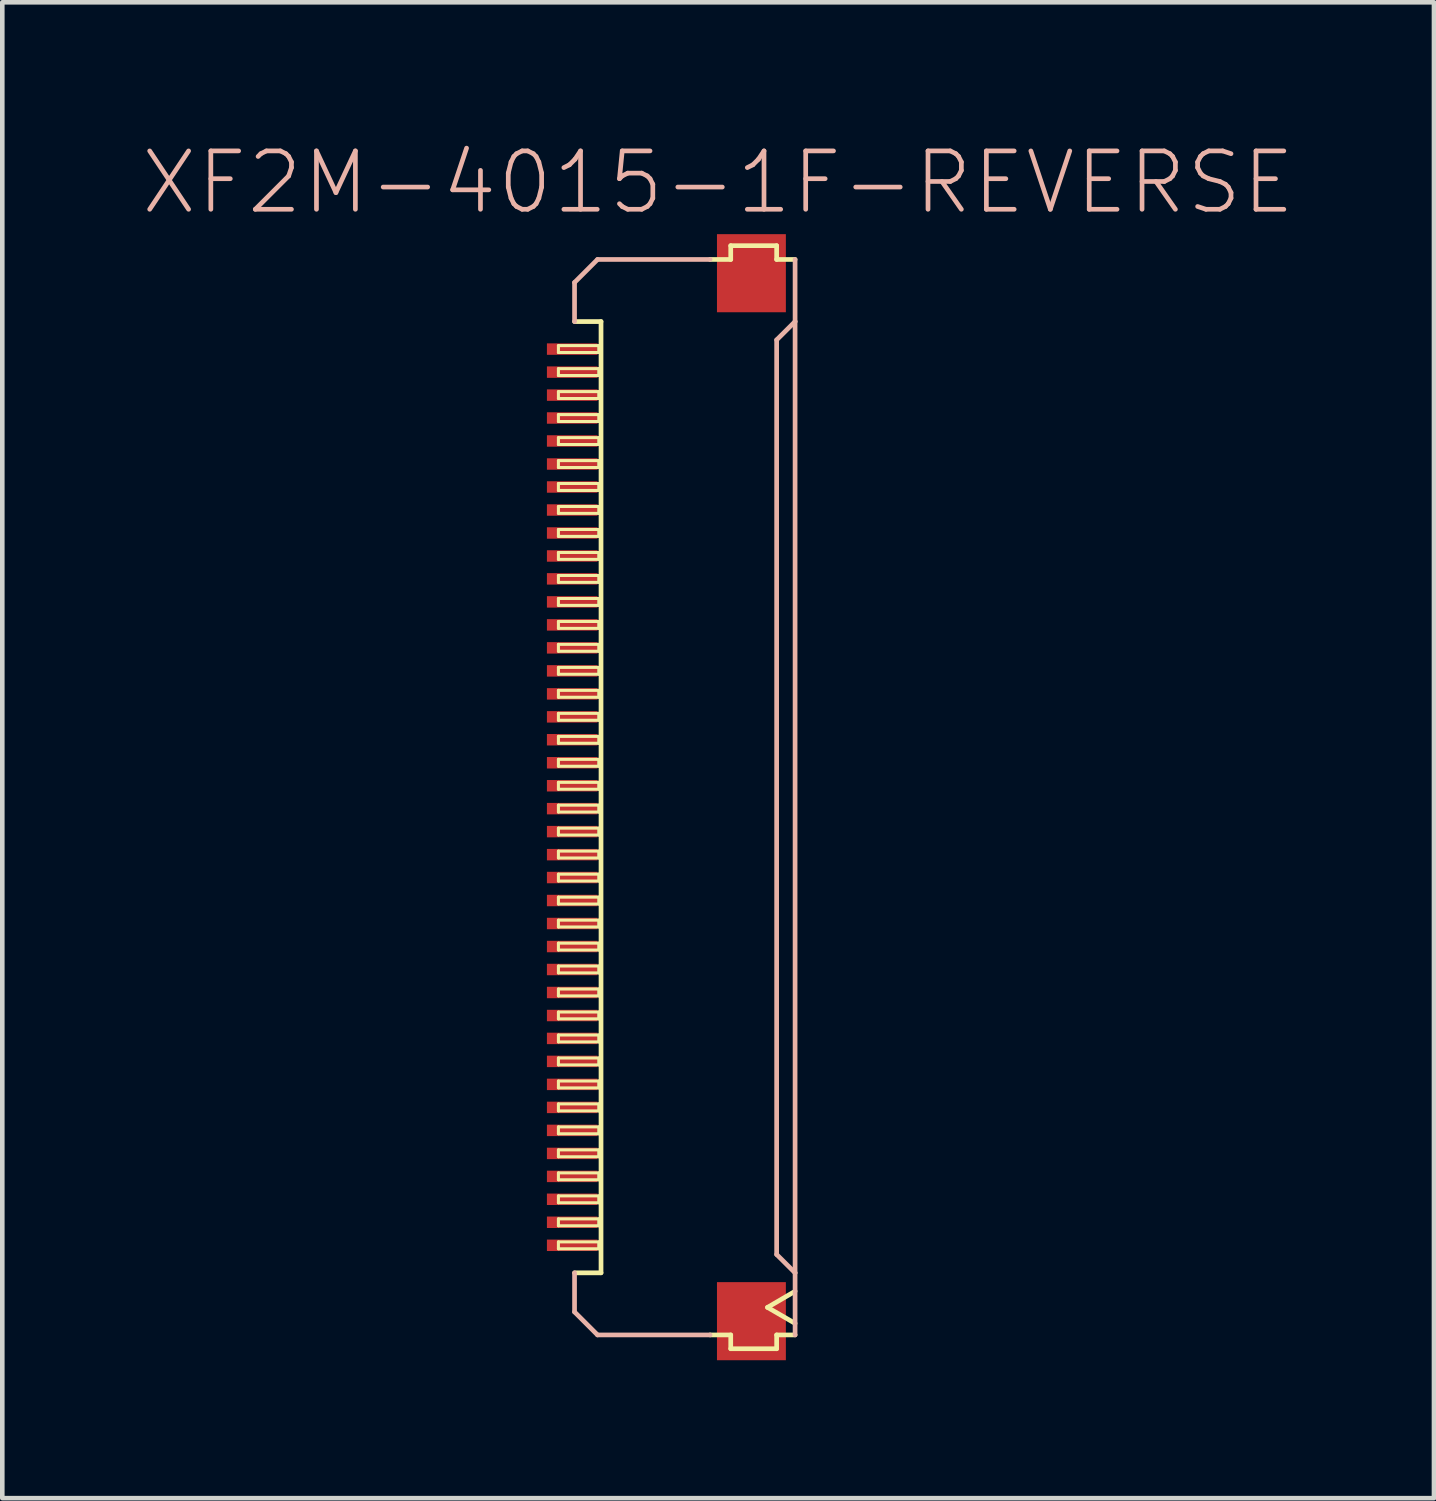
<source format=kicad_pcb>
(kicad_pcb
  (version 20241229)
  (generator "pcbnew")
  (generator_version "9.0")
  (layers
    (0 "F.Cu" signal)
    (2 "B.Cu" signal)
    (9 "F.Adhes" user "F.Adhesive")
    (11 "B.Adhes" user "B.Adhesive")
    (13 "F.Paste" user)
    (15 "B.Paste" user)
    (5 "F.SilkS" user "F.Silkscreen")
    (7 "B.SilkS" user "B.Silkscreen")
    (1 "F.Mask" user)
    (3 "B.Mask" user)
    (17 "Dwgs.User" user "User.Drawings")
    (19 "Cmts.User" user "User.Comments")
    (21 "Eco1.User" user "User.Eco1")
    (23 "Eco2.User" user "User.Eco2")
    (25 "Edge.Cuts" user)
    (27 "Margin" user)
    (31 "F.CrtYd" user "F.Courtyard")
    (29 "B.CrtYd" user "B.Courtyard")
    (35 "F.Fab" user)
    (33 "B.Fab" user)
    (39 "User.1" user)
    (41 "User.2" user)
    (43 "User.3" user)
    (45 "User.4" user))
  (footprint "XF2M-4015-1F-REVERSE"
    (layer "F.Cu")
    (at 11.939 14.294)
    (property "Reference" "XF2M-4015-1F-REVERSE" (at 0.635 -13.373 0) (layer "B.SilkS") (effects (font (size 1.27 1.27) (thickness 0.102))))
    (attr smd)
    (fp_line (start -2.84 -9.825) (end -1.963 -9.825) (stroke (width 0.066) (type solid)) (layer "F.SilkS"))
    (fp_line (start -2.84 -9.675) (end -2.84 -9.825) (stroke (width 0.066) (type solid)) (layer "F.SilkS"))
    (fp_line (start -2.84 -9.675) (end -1.963 -9.675) (stroke (width 0.066) (type solid)) (layer "F.SilkS"))
    (fp_line (start -2.84 -9.324) (end -1.963 -9.324) (stroke (width 0.066) (type solid)) (layer "F.SilkS"))
    (fp_line (start -2.84 -9.174) (end -2.84 -9.324) (stroke (width 0.066) (type solid)) (layer "F.SilkS"))
    (fp_line (start -2.84 -9.174) (end -1.963 -9.174) (stroke (width 0.066) (type solid)) (layer "F.SilkS"))
    (fp_line (start -2.84 -8.824) (end -1.963 -8.824) (stroke (width 0.066) (type solid)) (layer "F.SilkS"))
    (fp_line (start -2.84 -8.674) (end -2.84 -8.824) (stroke (width 0.066) (type solid)) (layer "F.SilkS"))
    (fp_line (start -2.84 -8.674) (end -1.963 -8.674) (stroke (width 0.066) (type solid)) (layer "F.SilkS"))
    (fp_line (start -2.84 -8.324) (end -1.963 -8.324) (stroke (width 0.066) (type solid)) (layer "F.SilkS"))
    (fp_line (start -2.84 -8.174) (end -2.84 -8.324) (stroke (width 0.066) (type solid)) (layer "F.SilkS"))
    (fp_line (start -2.84 -8.174) (end -1.963 -8.174) (stroke (width 0.066) (type solid)) (layer "F.SilkS"))
    (fp_line (start -2.84 -7.823) (end -1.963 -7.823) (stroke (width 0.066) (type solid)) (layer "F.SilkS"))
    (fp_line (start -2.84 -7.673) (end -2.84 -7.823) (stroke (width 0.066) (type solid)) (layer "F.SilkS"))
    (fp_line (start -2.84 -7.673) (end -1.963 -7.673) (stroke (width 0.066) (type solid)) (layer "F.SilkS"))
    (fp_line (start -2.84 -7.323) (end -1.963 -7.323) (stroke (width 0.066) (type solid)) (layer "F.SilkS"))
    (fp_line (start -2.84 -7.173) (end -2.84 -7.323) (stroke (width 0.066) (type solid)) (layer "F.SilkS"))
    (fp_line (start -2.84 -7.173) (end -1.963 -7.173) (stroke (width 0.066) (type solid)) (layer "F.SilkS"))
    (fp_line (start -2.84 -6.825) (end -1.963 -6.825) (stroke (width 0.066) (type solid)) (layer "F.SilkS"))
    (fp_line (start -2.84 -6.673) (end -2.84 -6.825) (stroke (width 0.066) (type solid)) (layer "F.SilkS"))
    (fp_line (start -2.84 -6.673) (end -1.963 -6.673) (stroke (width 0.066) (type solid)) (layer "F.SilkS"))
    (fp_line (start -2.84 -6.325) (end -1.963 -6.325) (stroke (width 0.066) (type solid)) (layer "F.SilkS"))
    (fp_line (start -2.84 -6.175) (end -2.84 -6.325) (stroke (width 0.066) (type solid)) (layer "F.SilkS"))
    (fp_line (start -2.84 -6.175) (end -1.963 -6.175) (stroke (width 0.066) (type solid)) (layer "F.SilkS"))
    (fp_line (start -2.84 -5.824) (end -1.963 -5.824) (stroke (width 0.066) (type solid)) (layer "F.SilkS"))
    (fp_line (start -2.84 -5.674) (end -2.84 -5.824) (stroke (width 0.066) (type solid)) (layer "F.SilkS"))
    (fp_line (start -2.84 -5.674) (end -1.963 -5.674) (stroke (width 0.066) (type solid)) (layer "F.SilkS"))
    (fp_line (start -2.84 -5.324) (end -1.963 -5.324) (stroke (width 0.066) (type solid)) (layer "F.SilkS"))
    (fp_line (start -2.84 -5.174) (end -2.84 -5.324) (stroke (width 0.066) (type solid)) (layer "F.SilkS"))
    (fp_line (start -2.84 -5.174) (end -1.963 -5.174) (stroke (width 0.066) (type solid)) (layer "F.SilkS"))
    (fp_line (start -2.84 -4.823) (end -1.963 -4.823) (stroke (width 0.066) (type solid)) (layer "F.SilkS"))
    (fp_line (start -2.84 -4.674) (end -2.84 -4.823) (stroke (width 0.066) (type solid)) (layer "F.SilkS"))
    (fp_line (start -2.84 -4.674) (end -1.963 -4.674) (stroke (width 0.066) (type solid)) (layer "F.SilkS"))
    (fp_line (start -2.84 -4.323) (end -1.963 -4.323) (stroke (width 0.066) (type solid)) (layer "F.SilkS"))
    (fp_line (start -2.84 -4.173) (end -2.84 -4.323) (stroke (width 0.066) (type solid)) (layer "F.SilkS"))
    (fp_line (start -2.84 -4.173) (end -1.963 -4.173) (stroke (width 0.066) (type solid)) (layer "F.SilkS"))
    (fp_line (start -2.84 -3.823) (end -1.963 -3.823) (stroke (width 0.066) (type solid)) (layer "F.SilkS"))
    (fp_line (start -2.84 -3.673) (end -2.84 -3.823) (stroke (width 0.066) (type solid)) (layer "F.SilkS"))
    (fp_line (start -2.84 -3.673) (end -1.963 -3.673) (stroke (width 0.066) (type solid)) (layer "F.SilkS"))
    (fp_line (start -2.84 -3.325) (end -1.963 -3.325) (stroke (width 0.066) (type solid)) (layer "F.SilkS"))
    (fp_line (start -2.84 -3.175) (end -2.84 -3.325) (stroke (width 0.066) (type solid)) (layer "F.SilkS"))
    (fp_line (start -2.84 -3.175) (end -1.963 -3.175) (stroke (width 0.066) (type solid)) (layer "F.SilkS"))
    (fp_line (start -2.84 -2.824) (end -1.963 -2.824) (stroke (width 0.066) (type solid)) (layer "F.SilkS"))
    (fp_line (start -2.84 -2.675) (end -2.84 -2.824) (stroke (width 0.066) (type solid)) (layer "F.SilkS"))
    (fp_line (start -2.84 -2.675) (end -1.963 -2.675) (stroke (width 0.066) (type solid)) (layer "F.SilkS"))
    (fp_line (start -2.84 -2.324) (end -1.963 -2.324) (stroke (width 0.066) (type solid)) (layer "F.SilkS"))
    (fp_line (start -2.84 -2.174) (end -2.84 -2.324) (stroke (width 0.066) (type solid)) (layer "F.SilkS"))
    (fp_line (start -2.84 -2.174) (end -1.963 -2.174) (stroke (width 0.066) (type solid)) (layer "F.SilkS"))
    (fp_line (start -2.84 -1.824) (end -1.963 -1.824) (stroke (width 0.066) (type solid)) (layer "F.SilkS"))
    (fp_line (start -2.84 -1.674) (end -2.84 -1.824) (stroke (width 0.066) (type solid)) (layer "F.SilkS"))
    (fp_line (start -2.84 -1.674) (end -1.963 -1.674) (stroke (width 0.066) (type solid)) (layer "F.SilkS"))
    (fp_line (start -2.84 -1.323) (end -1.963 -1.323) (stroke (width 0.066) (type solid)) (layer "F.SilkS"))
    (fp_line (start -2.84 -1.173) (end -2.84 -1.323) (stroke (width 0.066) (type solid)) (layer "F.SilkS"))
    (fp_line (start -2.84 -1.173) (end -1.963 -1.173) (stroke (width 0.066) (type solid)) (layer "F.SilkS"))
    (fp_line (start -2.84 -0.823) (end -1.963 -0.823) (stroke (width 0.066) (type solid)) (layer "F.SilkS"))
    (fp_line (start -2.84 -0.673) (end -2.84 -0.823) (stroke (width 0.066) (type solid)) (layer "F.SilkS"))
    (fp_line (start -2.84 -0.673) (end -1.963 -0.673) (stroke (width 0.066) (type solid)) (layer "F.SilkS"))
    (fp_line (start -2.84 -0.323) (end -1.963 -0.323) (stroke (width 0.066) (type solid)) (layer "F.SilkS"))
    (fp_line (start -2.84 -0.173) (end -2.84 -0.323) (stroke (width 0.066) (type solid)) (layer "F.SilkS"))
    (fp_line (start -2.84 -0.173) (end -1.963 -0.173) (stroke (width 0.066) (type solid)) (layer "F.SilkS"))
    (fp_line (start -2.84 0.173) (end -1.963 0.173) (stroke (width 0.066) (type solid)) (layer "F.SilkS"))
    (fp_line (start -2.84 0.323) (end -2.84 0.173) (stroke (width 0.066) (type solid)) (layer "F.SilkS"))
    (fp_line (start -2.84 0.323) (end -1.963 0.323) (stroke (width 0.066) (type solid)) (layer "F.SilkS"))
    (fp_line (start -2.84 0.673) (end -1.963 0.673) (stroke (width 0.066) (type solid)) (layer "F.SilkS"))
    (fp_line (start -2.84 0.823) (end -2.84 0.673) (stroke (width 0.066) (type solid)) (layer "F.SilkS"))
    (fp_line (start -2.84 0.823) (end -1.963 0.823) (stroke (width 0.066) (type solid)) (layer "F.SilkS"))
    (fp_line (start -2.84 1.173) (end -1.963 1.173) (stroke (width 0.066) (type solid)) (layer "F.SilkS"))
    (fp_line (start -2.84 1.323) (end -2.84 1.173) (stroke (width 0.066) (type solid)) (layer "F.SilkS"))
    (fp_line (start -2.84 1.323) (end -1.963 1.323) (stroke (width 0.066) (type solid)) (layer "F.SilkS"))
    (fp_line (start -2.84 1.674) (end -1.963 1.674) (stroke (width 0.066) (type solid)) (layer "F.SilkS"))
    (fp_line (start -2.84 1.824) (end -2.84 1.674) (stroke (width 0.066) (type solid)) (layer "F.SilkS"))
    (fp_line (start -2.84 1.824) (end -1.963 1.824) (stroke (width 0.066) (type solid)) (layer "F.SilkS"))
    (fp_line (start -2.84 2.174) (end -1.963 2.174) (stroke (width 0.066) (type solid)) (layer "F.SilkS"))
    (fp_line (start -2.84 2.324) (end -2.84 2.174) (stroke (width 0.066) (type solid)) (layer "F.SilkS"))
    (fp_line (start -2.84 2.324) (end -1.963 2.324) (stroke (width 0.066) (type solid)) (layer "F.SilkS"))
    (fp_line (start -2.84 2.675) (end -1.963 2.675) (stroke (width 0.066) (type solid)) (layer "F.SilkS"))
    (fp_line (start -2.84 2.824) (end -2.84 2.675) (stroke (width 0.066) (type solid)) (layer "F.SilkS"))
    (fp_line (start -2.84 2.824) (end -1.963 2.824) (stroke (width 0.066) (type solid)) (layer "F.SilkS"))
    (fp_line (start -2.84 3.175) (end -1.963 3.175) (stroke (width 0.066) (type solid)) (layer "F.SilkS"))
    (fp_line (start -2.84 3.325) (end -2.84 3.175) (stroke (width 0.066) (type solid)) (layer "F.SilkS"))
    (fp_line (start -2.84 3.325) (end -1.963 3.325) (stroke (width 0.066) (type solid)) (layer "F.SilkS"))
    (fp_line (start -2.84 3.673) (end -1.963 3.673) (stroke (width 0.066) (type solid)) (layer "F.SilkS"))
    (fp_line (start -2.84 3.823) (end -2.84 3.673) (stroke (width 0.066) (type solid)) (layer "F.SilkS"))
    (fp_line (start -2.84 3.823) (end -1.963 3.823) (stroke (width 0.066) (type solid)) (layer "F.SilkS"))
    (fp_line (start -2.84 4.173) (end -1.963 4.173) (stroke (width 0.066) (type solid)) (layer "F.SilkS"))
    (fp_line (start -2.84 4.323) (end -2.84 4.173) (stroke (width 0.066) (type solid)) (layer "F.SilkS"))
    (fp_line (start -2.84 4.323) (end -1.963 4.323) (stroke (width 0.066) (type solid)) (layer "F.SilkS"))
    (fp_line (start -2.84 4.674) (end -1.963 4.674) (stroke (width 0.066) (type solid)) (layer "F.SilkS"))
    (fp_line (start -2.84 4.823) (end -2.84 4.674) (stroke (width 0.066) (type solid)) (layer "F.SilkS"))
    (fp_line (start -2.84 4.823) (end -1.963 4.823) (stroke (width 0.066) (type solid)) (layer "F.SilkS"))
    (fp_line (start -2.84 5.174) (end -1.963 5.174) (stroke (width 0.066) (type solid)) (layer "F.SilkS"))
    (fp_line (start -2.84 5.324) (end -2.84 5.174) (stroke (width 0.066) (type solid)) (layer "F.SilkS"))
    (fp_line (start -2.84 5.324) (end -1.963 5.324) (stroke (width 0.066) (type solid)) (layer "F.SilkS"))
    (fp_line (start -2.84 5.674) (end -1.963 5.674) (stroke (width 0.066) (type solid)) (layer "F.SilkS"))
    (fp_line (start -2.84 5.824) (end -2.84 5.674) (stroke (width 0.066) (type solid)) (layer "F.SilkS"))
    (fp_line (start -2.84 5.824) (end -1.963 5.824) (stroke (width 0.066) (type solid)) (layer "F.SilkS"))
    (fp_line (start -2.84 6.175) (end -1.963 6.175) (stroke (width 0.066) (type solid)) (layer "F.SilkS"))
    (fp_line (start -2.84 6.325) (end -2.84 6.175) (stroke (width 0.066) (type solid)) (layer "F.SilkS"))
    (fp_line (start -2.84 6.325) (end -1.963 6.325) (stroke (width 0.066) (type solid)) (layer "F.SilkS"))
    (fp_line (start -2.84 6.673) (end -1.963 6.673) (stroke (width 0.066) (type solid)) (layer "F.SilkS"))
    (fp_line (start -2.84 6.825) (end -2.84 6.673) (stroke (width 0.066) (type solid)) (layer "F.SilkS"))
    (fp_line (start -2.84 6.825) (end -1.963 6.825) (stroke (width 0.066) (type solid)) (layer "F.SilkS"))
    (fp_line (start -2.84 7.173) (end -1.963 7.173) (stroke (width 0.066) (type solid)) (layer "F.SilkS"))
    (fp_line (start -2.84 7.323) (end -2.84 7.173) (stroke (width 0.066) (type solid)) (layer "F.SilkS"))
    (fp_line (start -2.84 7.323) (end -1.963 7.323) (stroke (width 0.066) (type solid)) (layer "F.SilkS"))
    (fp_line (start -2.84 7.673) (end -1.963 7.673) (stroke (width 0.066) (type solid)) (layer "F.SilkS"))
    (fp_line (start -2.84 7.823) (end -2.84 7.673) (stroke (width 0.066) (type solid)) (layer "F.SilkS"))
    (fp_line (start -2.84 7.823) (end -1.963 7.823) (stroke (width 0.066) (type solid)) (layer "F.SilkS"))
    (fp_line (start -2.84 8.174) (end -1.963 8.174) (stroke (width 0.066) (type solid)) (layer "F.SilkS"))
    (fp_line (start -2.84 8.324) (end -2.84 8.174) (stroke (width 0.066) (type solid)) (layer "F.SilkS"))
    (fp_line (start -2.84 8.324) (end -1.963 8.324) (stroke (width 0.066) (type solid)) (layer "F.SilkS"))
    (fp_line (start -2.84 8.674) (end -1.963 8.674) (stroke (width 0.066) (type solid)) (layer "F.SilkS"))
    (fp_line (start -2.84 8.824) (end -2.84 8.674) (stroke (width 0.066) (type solid)) (layer "F.SilkS"))
    (fp_line (start -2.84 8.824) (end -1.963 8.824) (stroke (width 0.066) (type solid)) (layer "F.SilkS"))
    (fp_line (start -2.84 9.174) (end -1.963 9.174) (stroke (width 0.066) (type solid)) (layer "F.SilkS"))
    (fp_line (start -2.84 9.324) (end -2.84 9.174) (stroke (width 0.066) (type solid)) (layer "F.SilkS"))
    (fp_line (start -2.84 9.324) (end -1.963 9.324) (stroke (width 0.066) (type solid)) (layer "F.SilkS"))
    (fp_line (start -2.84 9.675) (end -1.963 9.675) (stroke (width 0.066) (type solid)) (layer "F.SilkS"))
    (fp_line (start -2.84 9.825) (end -2.84 9.675) (stroke (width 0.066) (type solid)) (layer "F.SilkS"))
    (fp_line (start -2.84 9.825) (end -1.963 9.825) (stroke (width 0.066) (type solid)) (layer "F.SilkS"))
    (fp_line (start -2.489 10.348) (end -1.913 10.348) (stroke (width 0.102) (type solid)) (layer "F.SilkS"))
    (fp_line (start -1.963 -9.675) (end -1.963 -9.825) (stroke (width 0.066) (type solid)) (layer "F.SilkS"))
    (fp_line (start -1.963 -9.174) (end -1.963 -9.324) (stroke (width 0.066) (type solid)) (layer "F.SilkS"))
    (fp_line (start -1.963 -8.674) (end -1.963 -8.824) (stroke (width 0.066) (type solid)) (layer "F.SilkS"))
    (fp_line (start -1.963 -8.174) (end -1.963 -8.324) (stroke (width 0.066) (type solid)) (layer "F.SilkS"))
    (fp_line (start -1.963 -7.673) (end -1.963 -7.823) (stroke (width 0.066) (type solid)) (layer "F.SilkS"))
    (fp_line (start -1.963 -7.173) (end -1.963 -7.323) (stroke (width 0.066) (type solid)) (layer "F.SilkS"))
    (fp_line (start -1.963 -6.673) (end -1.963 -6.825) (stroke (width 0.066) (type solid)) (layer "F.SilkS"))
    (fp_line (start -1.963 -6.175) (end -1.963 -6.325) (stroke (width 0.066) (type solid)) (layer "F.SilkS"))
    (fp_line (start -1.963 -5.674) (end -1.963 -5.824) (stroke (width 0.066) (type solid)) (layer "F.SilkS"))
    (fp_line (start -1.963 -5.174) (end -1.963 -5.324) (stroke (width 0.066) (type solid)) (layer "F.SilkS"))
    (fp_line (start -1.963 -4.674) (end -1.963 -4.823) (stroke (width 0.066) (type solid)) (layer "F.SilkS"))
    (fp_line (start -1.963 -4.173) (end -1.963 -4.323) (stroke (width 0.066) (type solid)) (layer "F.SilkS"))
    (fp_line (start -1.963 -3.673) (end -1.963 -3.823) (stroke (width 0.066) (type solid)) (layer "F.SilkS"))
    (fp_line (start -1.963 -3.175) (end -1.963 -3.325) (stroke (width 0.066) (type solid)) (layer "F.SilkS"))
    (fp_line (start -1.963 -2.675) (end -1.963 -2.824) (stroke (width 0.066) (type solid)) (layer "F.SilkS"))
    (fp_line (start -1.963 -2.174) (end -1.963 -2.324) (stroke (width 0.066) (type solid)) (layer "F.SilkS"))
    (fp_line (start -1.963 -1.674) (end -1.963 -1.824) (stroke (width 0.066) (type solid)) (layer "F.SilkS"))
    (fp_line (start -1.963 -1.173) (end -1.963 -1.323) (stroke (width 0.066) (type solid)) (layer "F.SilkS"))
    (fp_line (start -1.963 -0.673) (end -1.963 -0.823) (stroke (width 0.066) (type solid)) (layer "F.SilkS"))
    (fp_line (start -1.963 -0.173) (end -1.963 -0.323) (stroke (width 0.066) (type solid)) (layer "F.SilkS"))
    (fp_line (start -1.963 0.323) (end -1.963 0.173) (stroke (width 0.066) (type solid)) (layer "F.SilkS"))
    (fp_line (start -1.963 0.823) (end -1.963 0.673) (stroke (width 0.066) (type solid)) (layer "F.SilkS"))
    (fp_line (start -1.963 1.323) (end -1.963 1.173) (stroke (width 0.066) (type solid)) (layer "F.SilkS"))
    (fp_line (start -1.963 1.824) (end -1.963 1.674) (stroke (width 0.066) (type solid)) (layer "F.SilkS"))
    (fp_line (start -1.963 2.324) (end -1.963 2.174) (stroke (width 0.066) (type solid)) (layer "F.SilkS"))
    (fp_line (start -1.963 2.824) (end -1.963 2.675) (stroke (width 0.066) (type solid)) (layer "F.SilkS"))
    (fp_line (start -1.963 3.325) (end -1.963 3.175) (stroke (width 0.066) (type solid)) (layer "F.SilkS"))
    (fp_line (start -1.963 3.823) (end -1.963 3.673) (stroke (width 0.066) (type solid)) (layer "F.SilkS"))
    (fp_line (start -1.963 4.323) (end -1.963 4.173) (stroke (width 0.066) (type solid)) (layer "F.SilkS"))
    (fp_line (start -1.963 4.823) (end -1.963 4.674) (stroke (width 0.066) (type solid)) (layer "F.SilkS"))
    (fp_line (start -1.963 5.324) (end -1.963 5.174) (stroke (width 0.066) (type solid)) (layer "F.SilkS"))
    (fp_line (start -1.963 5.824) (end -1.963 5.674) (stroke (width 0.066) (type solid)) (layer "F.SilkS"))
    (fp_line (start -1.963 6.325) (end -1.963 6.175) (stroke (width 0.066) (type solid)) (layer "F.SilkS"))
    (fp_line (start -1.963 6.825) (end -1.963 6.673) (stroke (width 0.066) (type solid)) (layer "F.SilkS"))
    (fp_line (start -1.963 7.323) (end -1.963 7.173) (stroke (width 0.066) (type solid)) (layer "F.SilkS"))
    (fp_line (start -1.963 7.823) (end -1.963 7.673) (stroke (width 0.066) (type solid)) (layer "F.SilkS"))
    (fp_line (start -1.963 8.324) (end -1.963 8.174) (stroke (width 0.066) (type solid)) (layer "F.SilkS"))
    (fp_line (start -1.963 8.824) (end -1.963 8.674) (stroke (width 0.066) (type solid)) (layer "F.SilkS"))
    (fp_line (start -1.963 9.324) (end -1.963 9.174) (stroke (width 0.066) (type solid)) (layer "F.SilkS"))
    (fp_line (start -1.963 9.825) (end -1.963 9.675) (stroke (width 0.066) (type solid)) (layer "F.SilkS"))
    (fp_line (start -1.913 -10.348) (end -2.489 -10.348) (stroke (width 0.102) (type solid)) (layer "F.SilkS"))
    (fp_line (start -1.913 10.348) (end -1.913 -10.348) (stroke (width 0.102) (type solid)) (layer "F.SilkS"))
    (fp_line (start 0.46 -11.699) (end 0.909 -11.699) (stroke (width 0.102) (type solid)) (layer "F.SilkS"))
    (fp_line (start 0.909 -11.999) (end 1.908 -11.999) (stroke (width 0.102) (type solid)) (layer "F.SilkS"))
    (fp_line (start 0.909 -11.699) (end 0.909 -11.999) (stroke (width 0.102) (type solid)) (layer "F.SilkS"))
    (fp_line (start 0.909 11.699) (end 0.46 11.699) (stroke (width 0.102) (type solid)) (layer "F.SilkS"))
    (fp_line (start 0.909 11.999) (end 0.909 11.699) (stroke (width 0.102) (type solid)) (layer "F.SilkS"))
    (fp_line (start 1.709 11.1) (end 2.309 10.749) (stroke (width 0.102) (type solid)) (layer "F.SilkS"))
    (fp_line (start 1.908 -11.999) (end 1.908 -11.699) (stroke (width 0.102) (type solid)) (layer "F.SilkS"))
    (fp_line (start 1.908 -11.699) (end 2.309 -11.699) (stroke (width 0.102) (type solid)) (layer "F.SilkS"))
    (fp_line (start 1.908 11.699) (end 1.908 11.999) (stroke (width 0.102) (type solid)) (layer "F.SilkS"))
    (fp_line (start 1.908 11.999) (end 0.909 11.999) (stroke (width 0.102) (type solid)) (layer "F.SilkS"))
    (fp_line (start 2.309 11.448) (end 1.709 11.1) (stroke (width 0.102) (type solid)) (layer "F.SilkS"))
    (fp_line (start 2.309 11.699) (end 1.908 11.699) (stroke (width 0.102) (type solid)) (layer "F.SilkS"))
    (fp_line (start -2.489 -11.199) (end -1.989 -11.699) (stroke (width 0.102) (type solid)) (layer "B.SilkS"))
    (fp_line (start -2.489 -10.348) (end -2.489 -11.199) (stroke (width 0.102) (type solid)) (layer "B.SilkS"))
    (fp_line (start -2.489 10.348) (end -2.489 11.199) (stroke (width 0.102) (type solid)) (layer "B.SilkS"))
    (fp_line (start -2.489 11.199) (end -1.989 11.699) (stroke (width 0.102) (type solid)) (layer "B.SilkS"))
    (fp_line (start -1.989 -11.699) (end 0.46 -11.699) (stroke (width 0.102) (type solid)) (layer "B.SilkS"))
    (fp_line (start -1.989 11.699) (end 0.46 11.699) (stroke (width 0.102) (type solid)) (layer "B.SilkS"))
    (fp_line (start 1.908 -9.949) (end 1.908 9.949) (stroke (width 0.102) (type solid)) (layer "B.SilkS"))
    (fp_line (start 1.908 9.949) (end 2.309 10.348) (stroke (width 0.102) (type solid)) (layer "B.SilkS"))
    (fp_line (start 2.309 -11.699) (end 2.309 -10.348) (stroke (width 0.102) (type solid)) (layer "B.SilkS"))
    (fp_line (start 2.309 -10.348) (end 1.908 -9.949) (stroke (width 0.102) (type solid)) (layer "B.SilkS"))
    (fp_line (start 2.309 10.348) (end 2.309 -10.348) (stroke (width 0.102) (type solid)) (layer "B.SilkS"))
    (fp_line (start 2.309 10.348) (end 2.309 11.699) (stroke (width 0.102) (type solid)) (layer "B.SilkS"))
    (pad "1" smd rect (at -2.54 -9.749) (size 1.1 0.249) (layers "F.Cu" "F.Mask" "F.Paste"))
    (pad "2" smd rect (at -2.54 -9.248) (size 1.1 0.249) (layers "F.Cu" "F.Mask" "F.Paste"))
    (pad "3" smd rect (at -2.54 -8.748) (size 1.1 0.249) (layers "F.Cu" "F.Mask" "F.Paste"))
    (pad "4" smd rect (at -2.54 -8.25) (size 1.1 0.249) (layers "F.Cu" "F.Mask" "F.Paste"))
    (pad "5" smd rect (at -2.54 -7.75) (size 1.1 0.249) (layers "F.Cu" "F.Mask" "F.Paste"))
    (pad "6" smd rect (at -2.54 -7.249) (size 1.1 0.249) (layers "F.Cu" "F.Mask" "F.Paste"))
    (pad "7" smd rect (at -2.54 -6.749) (size 1.1 0.249) (layers "F.Cu" "F.Mask" "F.Paste"))
    (pad "8" smd rect (at -2.54 -6.248) (size 1.1 0.249) (layers "F.Cu" "F.Mask" "F.Paste"))
    (pad "9" smd rect (at -2.54 -5.748) (size 1.1 0.249) (layers "F.Cu" "F.Mask" "F.Paste"))
    (pad "10" smd rect (at -2.54 -5.248) (size 1.1 0.249) (layers "F.Cu" "F.Mask" "F.Paste"))
    (pad "11" smd rect (at -2.54 -4.75) (size 1.1 0.249) (layers "F.Cu" "F.Mask" "F.Paste"))
    (pad "12" smd rect (at -2.54 -4.249) (size 1.1 0.249) (layers "F.Cu" "F.Mask" "F.Paste"))
    (pad "13" smd rect (at -2.54 -3.749) (size 1.1 0.249) (layers "F.Cu" "F.Mask" "F.Paste"))
    (pad "14" smd rect (at -2.54 -3.249) (size 1.1 0.249) (layers "F.Cu" "F.Mask" "F.Paste"))
    (pad "15" smd rect (at -2.54 -2.748) (size 1.1 0.249) (layers "F.Cu" "F.Mask" "F.Paste"))
    (pad "16" smd rect (at -2.54 -2.248) (size 1.1 0.249) (layers "F.Cu" "F.Mask" "F.Paste"))
    (pad "17" smd rect (at -2.54 -1.748) (size 1.1 0.249) (layers "F.Cu" "F.Mask" "F.Paste"))
    (pad "18" smd rect (at -2.54 -1.25) (size 1.1 0.249) (layers "F.Cu" "F.Mask" "F.Paste"))
    (pad "19" smd rect (at -2.54 -0.749) (size 1.1 0.249) (layers "F.Cu" "F.Mask" "F.Paste"))
    (pad "20" smd rect (at -2.54 -0.249) (size 1.1 0.249) (layers "F.Cu" "F.Mask" "F.Paste"))
    (pad "21" smd rect (at -2.54 0.249) (size 1.1 0.249) (layers "F.Cu" "F.Mask" "F.Paste"))
    (pad "22" smd rect (at -2.54 0.749) (size 1.1 0.249) (layers "F.Cu" "F.Mask" "F.Paste"))
    (pad "23" smd rect (at -2.54 1.25) (size 1.1 0.249) (layers "F.Cu" "F.Mask" "F.Paste"))
    (pad "24" smd rect (at -2.54 1.748) (size 1.1 0.249) (layers "F.Cu" "F.Mask" "F.Paste"))
    (pad "25" smd rect (at -2.54 2.248) (size 1.1 0.249) (layers "F.Cu" "F.Mask" "F.Paste"))
    (pad "26" smd rect (at -2.54 2.748) (size 1.1 0.249) (layers "F.Cu" "F.Mask" "F.Paste"))
    (pad "27" smd rect (at -2.54 3.249) (size 1.1 0.249) (layers "F.Cu" "F.Mask" "F.Paste"))
    (pad "28" smd rect (at -2.54 3.749) (size 1.1 0.249) (layers "F.Cu" "F.Mask" "F.Paste"))
    (pad "29" smd rect (at -2.54 4.249) (size 1.1 0.249) (layers "F.Cu" "F.Mask" "F.Paste"))
    (pad "30" smd rect (at -2.54 4.75) (size 1.1 0.249) (layers "F.Cu" "F.Mask" "F.Paste"))
    (pad "31" smd rect (at -2.54 5.248) (size 1.1 0.249) (layers "F.Cu" "F.Mask" "F.Paste"))
    (pad "32" smd rect (at -2.54 5.748) (size 1.1 0.249) (layers "F.Cu" "F.Mask" "F.Paste"))
    (pad "33" smd rect (at -2.54 6.248) (size 1.1 0.249) (layers "F.Cu" "F.Mask" "F.Paste"))
    (pad "34" smd rect (at -2.54 6.749) (size 1.1 0.249) (layers "F.Cu" "F.Mask" "F.Paste"))
    (pad "35" smd rect (at -2.54 7.249) (size 1.1 0.249) (layers "F.Cu" "F.Mask" "F.Paste"))
    (pad "36" smd rect (at -2.54 7.75) (size 1.1 0.249) (layers "F.Cu" "F.Mask" "F.Paste"))
    (pad "37" smd rect (at -2.54 8.25) (size 1.1 0.249) (layers "F.Cu" "F.Mask" "F.Paste"))
    (pad "38" smd rect (at -2.54 8.748) (size 1.1 0.249) (layers "F.Cu" "F.Mask" "F.Paste"))
    (pad "39" smd rect (at -2.54 9.248) (size 1.1 0.249) (layers "F.Cu" "F.Mask" "F.Paste"))
    (pad "40" smd rect (at -2.54 9.749) (size 1.1 0.249) (layers "F.Cu" "F.Mask" "F.Paste"))
    (pad "M1" smd rect (at 1.359 -11.4) (size 1.499 1.699) (layers "F.Cu" "F.Mask" "F.Paste"))
    (pad "M2" smd rect (at 1.359 11.4) (size 1.499 1.699) (layers "F.Cu" "F.Mask" "F.Paste")))
  (gr_rect
    (start -3 -3)
    (end 28.148 29.544)
    (stroke (width 0.1) (type default))
    (fill no)
    (layer "Edge.Cuts")))
</source>
